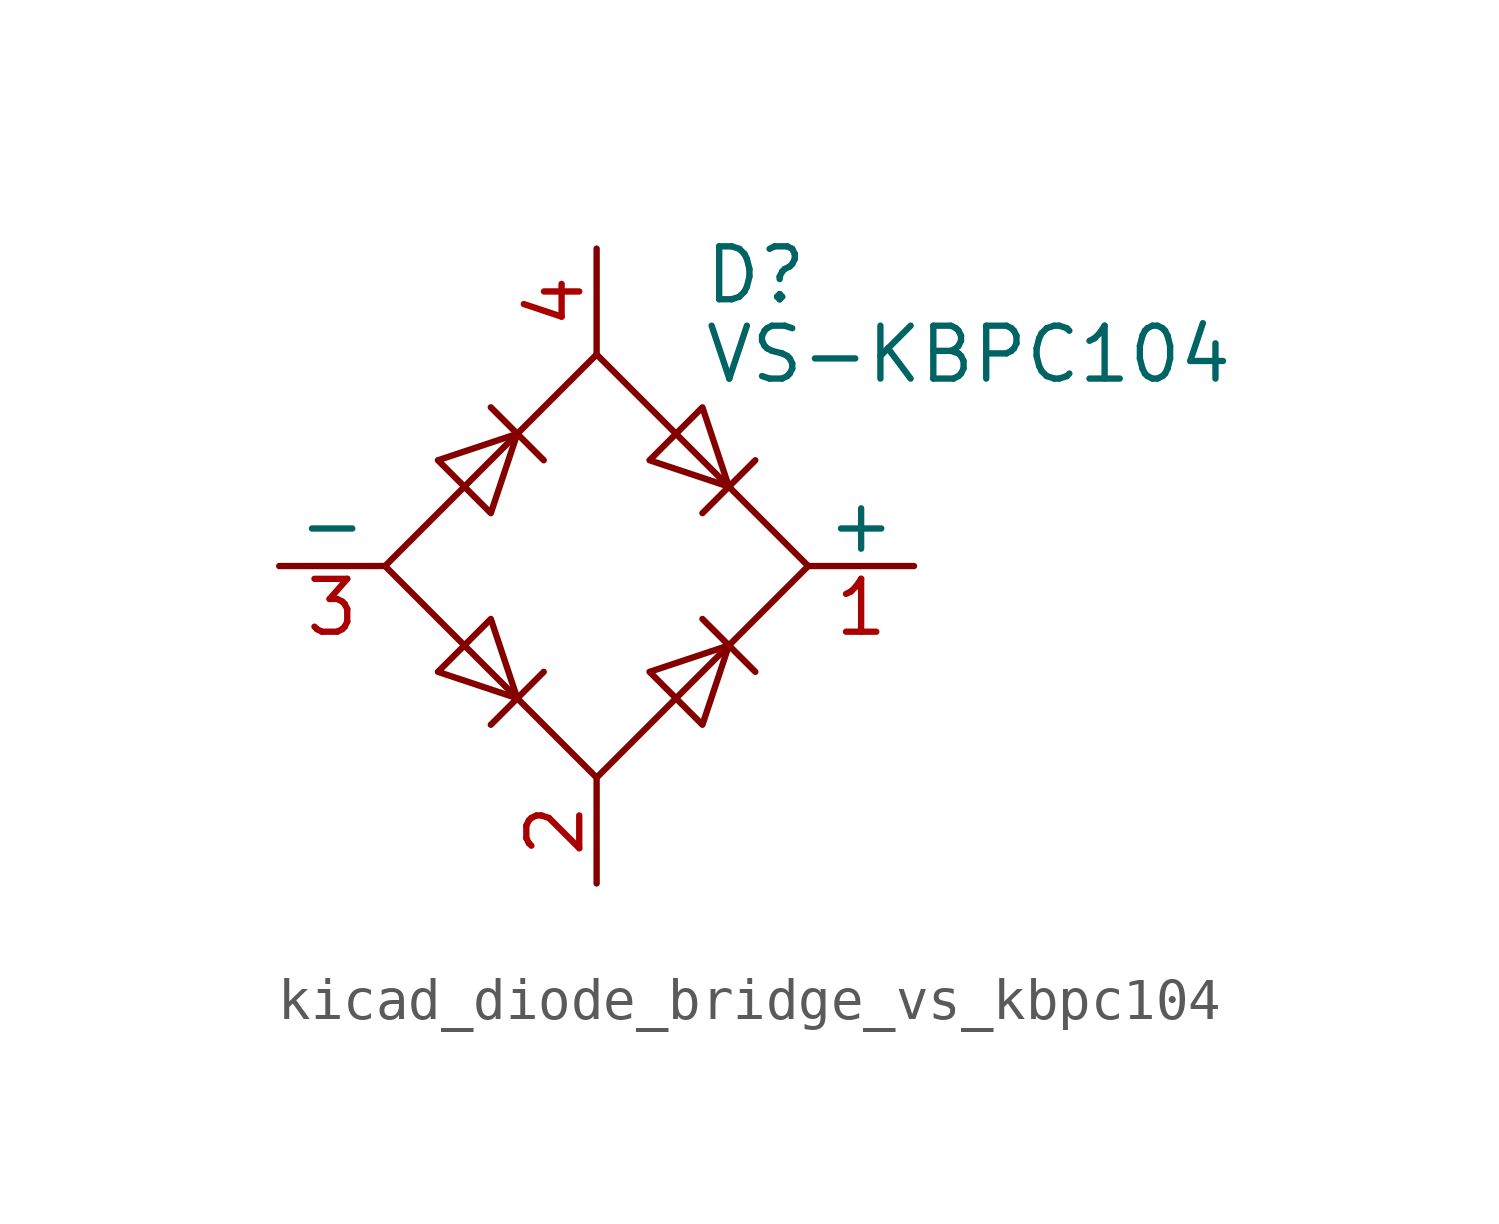
<source format=kicad_sym>
(kicad_symbol_lib
  (version 20220914)
  (generator kicad_symbol_editor)
  (symbol "kicad_diode_bridge_vs_kbpc104"
    (pin_names
      (offset 0))
    (property "Reference" "D"
      (at 2.54 6.985 0)
      (effects (font (size 1.27 1.27)) (justify left)))
    (property "Value" "VS-KBPC104"
      (at 2.54 5.08 0)
      (effects (font (size 1.27 1.27)) (justify left)))
    (symbol "kicad_diode_bridge_vs_kbpc104_0_1"
      (polyline (pts (xy -2.54 3.81) (xy -1.27 2.54)) (stroke (width 0) (type default)) (fill (type none)))
      (polyline (pts (xy -1.27 -2.54) (xy -2.54 -3.81)) (stroke (width 0) (type default)) (fill (type none)))
      (polyline (pts (xy 2.54 -1.27) (xy 3.81 -2.54)) (stroke (width 0) (type default)) (fill (type none)))
      (polyline (pts (xy 2.54 1.27) (xy 3.81 2.54)) (stroke (width 0) (type default)) (fill (type none)))
      (polyline (pts (xy -3.81 2.54) (xy -2.54 1.27) (xy -1.905 3.175) (xy -3.81 2.54)) (stroke (width 0) (type default)) (fill (type none)))
      (polyline (pts (xy -2.54 -1.27) (xy -3.81 -2.54) (xy -1.905 -3.175) (xy -2.54 -1.27)) (stroke (width 0) (type default)) (fill (type none)))
      (polyline (pts (xy 1.27 2.54) (xy 2.54 3.81) (xy 3.175 1.905) (xy 1.27 2.54)) (stroke (width 0) (type default)) (fill (type none)))
      (polyline (pts (xy 3.175 -1.905) (xy 1.27 -2.54) (xy 2.54 -3.81) (xy 3.175 -1.905)) (stroke (width 0) (type default)) (fill (type none)))
      (polyline (pts (xy -5.08 0) (xy 0 -5.08) (xy 5.08 0) (xy 0 5.08) (xy -5.08 0)) (stroke (width 0) (type default)) (fill (type none))))
    (symbol "kicad_diode_bridge_vs_kbpc104_1_1"
      (pin passive line (at 7.62 0 180) (length 2.54) (name "+" (effects (font (size 1.27 1.27)))) (number "1" (effects (font (size 1.27 1.27)))))
      (pin passive line (at 0 -7.62 90) (length 2.54) (name "~" (effects (font (size 1.27 1.27)))) (number "2" (effects (font (size 1.27 1.27)))))
      (pin passive line (at -7.62 0 0) (length 2.54) (name "-" (effects (font (size 1.27 1.27)))) (number "3" (effects (font (size 1.27 1.27)))))
      (pin passive line (at 0 7.62 270) (length 2.54) (name "~" (effects (font (size 1.27 1.27)))) (number "4" (effects (font (size 1.27 1.27))))))))
</source>
